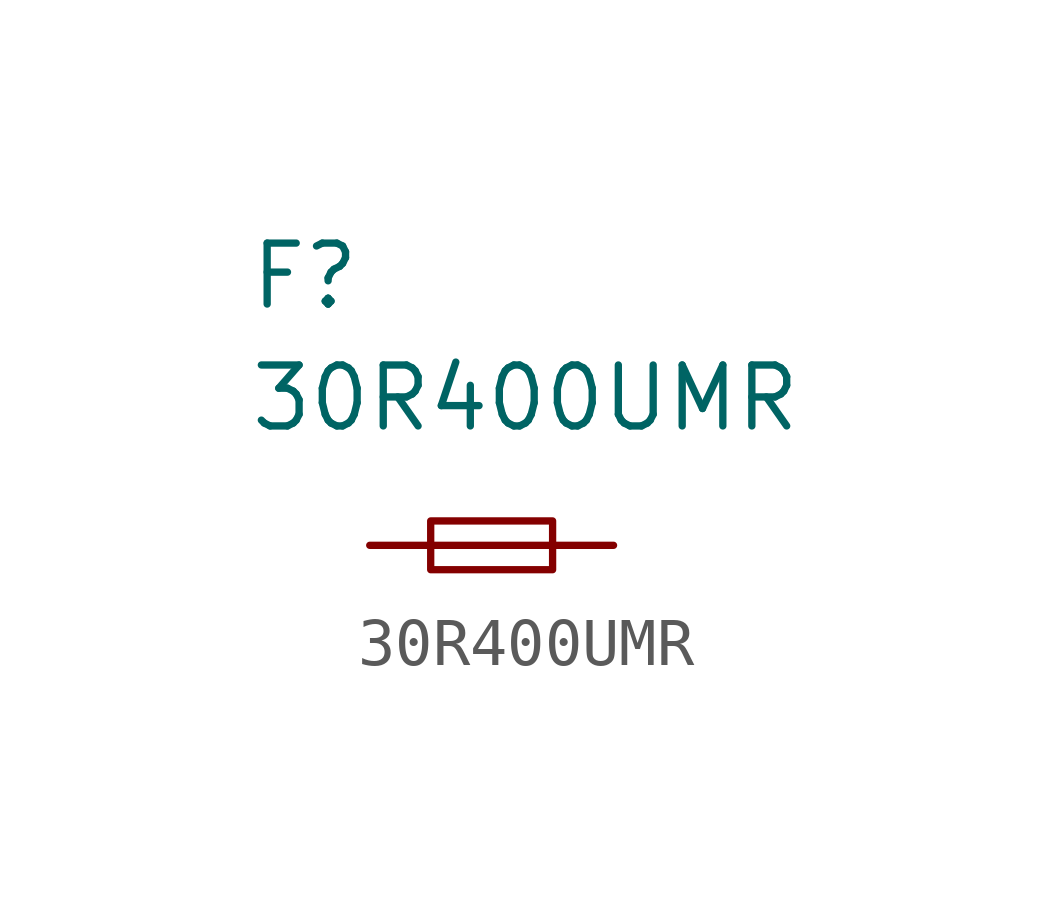
<source format=kicad_sym>
(kicad_symbol_lib
  (version 20220914)
  (generator kicad_symbol_editor)
  (symbol "30R400UMR"
    (pin_names hide)
    (property "Reference" "F"
      (at -5.08 6.35 0)
      (effects (font (size 1.27 1.27)) (justify left top)))
    (property "Value" "30R400UMR"
      (at -5.08 3.81 0)
      (effects (font (size 1.27 1.27)) (justify left top)))
    (symbol "30R400UMR_0_1"
      (rectangle (start -1.27 0.508) (end 1.27 -0.508) (stroke (width 0) (type default)) (fill (type none)))
      (polyline (pts (xy -1.27 0) (xy 1.27 0)) (stroke (width 0) (type default)) (fill (type none))))
    (symbol "30R400UMR_1_1"
      (pin passive line (at -2.54 0 0) (length 1.27) (name "~" (effects (font (size 1.27 1.27)))) (number "1" (effects (font (size 0 0)))))
      (pin passive line (at 2.54 0 180) (length 1.27) (name "~" (effects (font (size 1.27 1.27)))) (number "2" (effects (font (size 0 0))))))))
</source>
